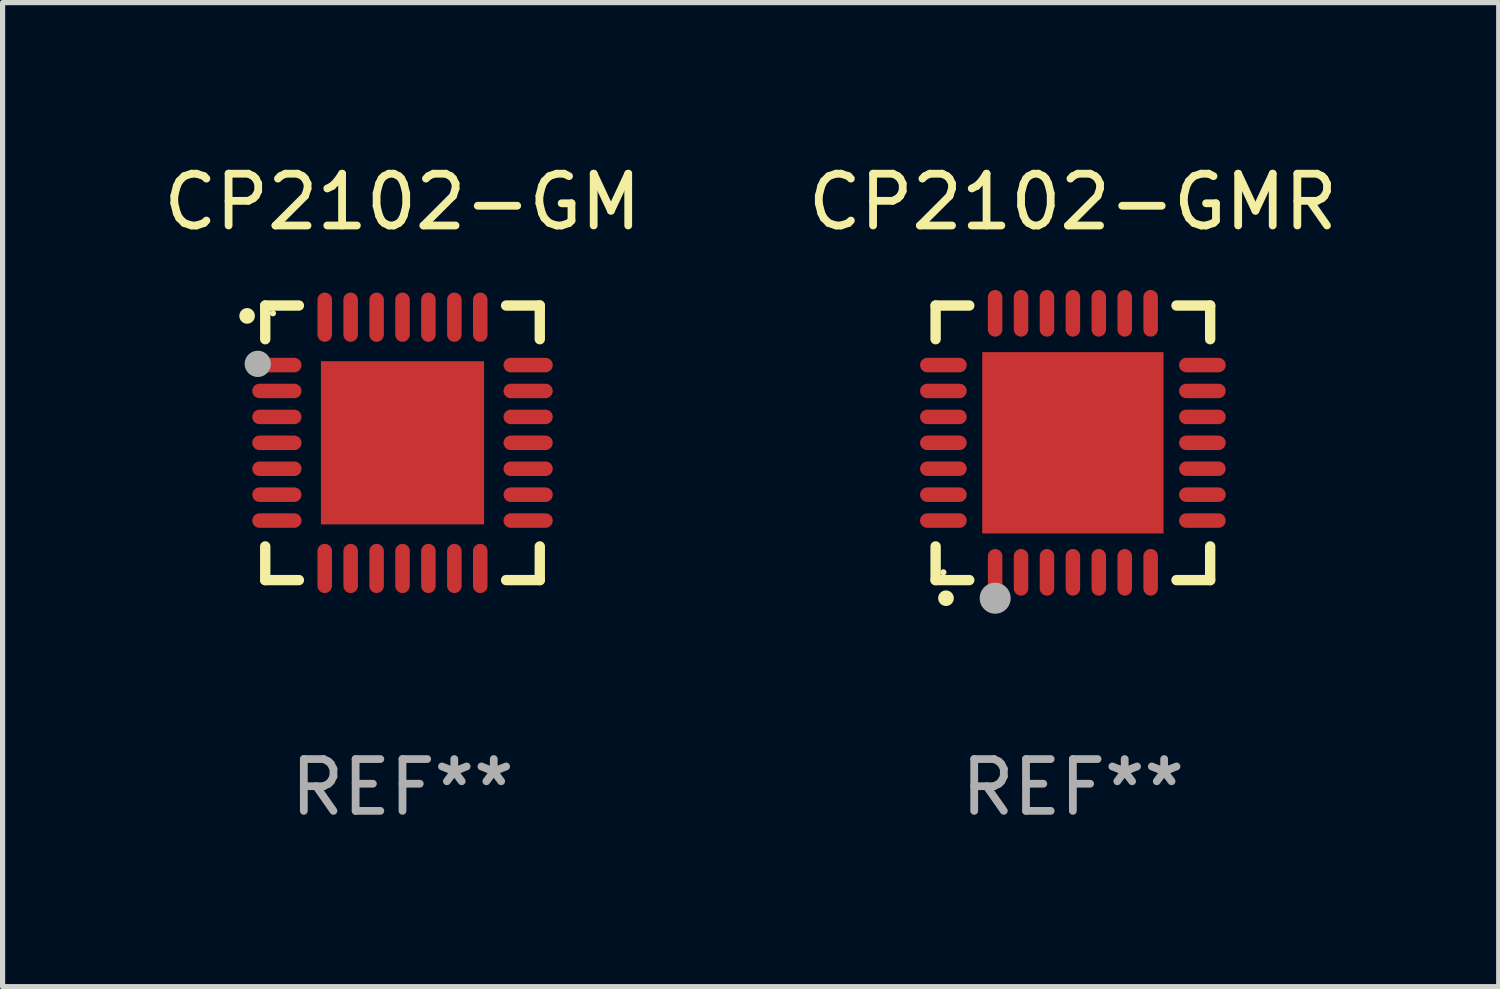
<source format=kicad_pcb>
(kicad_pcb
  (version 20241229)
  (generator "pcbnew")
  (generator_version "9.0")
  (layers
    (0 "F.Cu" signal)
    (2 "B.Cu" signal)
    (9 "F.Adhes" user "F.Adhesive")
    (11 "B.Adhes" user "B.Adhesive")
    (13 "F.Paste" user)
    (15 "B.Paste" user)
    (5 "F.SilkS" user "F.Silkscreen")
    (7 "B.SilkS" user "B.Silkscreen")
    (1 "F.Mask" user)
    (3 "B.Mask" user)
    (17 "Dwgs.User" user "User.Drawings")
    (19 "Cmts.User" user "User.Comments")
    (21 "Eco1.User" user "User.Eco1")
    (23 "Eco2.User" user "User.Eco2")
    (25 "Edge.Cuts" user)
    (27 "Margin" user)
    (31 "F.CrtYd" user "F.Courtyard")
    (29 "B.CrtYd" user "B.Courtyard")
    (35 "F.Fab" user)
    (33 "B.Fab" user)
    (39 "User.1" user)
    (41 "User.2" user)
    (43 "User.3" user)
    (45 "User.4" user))
  (footprint "CP2102-GMR"
    (layer "F.Cu")
    (at 17.661 5.498)
    (property "Reference" "CP2102-GMR" (at 0 -4.65 0) (layer "F.SilkS") (effects (font (size 1 1) (thickness 0.15))))
    (attr through_hole)
    (fp_line (start -2.65 -2.65) (end -2.65 -2) (stroke (width 0.2) (type solid)) (layer "F.SilkS"))
    (fp_line (start -2.65 2.65) (end -2.65 2) (stroke (width 0.2) (type solid)) (layer "F.SilkS"))
    (fp_line (start -2 -2.65) (end -2.65 -2.65) (stroke (width 0.2) (type solid)) (layer "F.SilkS"))
    (fp_line (start -2 2.65) (end -2.65 2.65) (stroke (width 0.2) (type solid)) (layer "F.SilkS"))
    (fp_line (start 2 2.65) (end 2.65 2.65) (stroke (width 0.2) (type solid)) (layer "F.SilkS"))
    (fp_line (start 2.65 -2.65) (end 2 -2.65) (stroke (width 0.2) (type solid)) (layer "F.SilkS"))
    (fp_line (start 2.65 -2) (end 2.65 -2.65) (stroke (width 0.2) (type solid)) (layer "F.SilkS"))
    (fp_line (start 2.65 2.65) (end 2.65 2) (stroke (width 0.2) (type solid)) (layer "F.SilkS"))
    (fp_arc (start -2.451105 2.999746) (mid -2.449835 2.999741) (end -2.448565 2.999746) (stroke (width 0.3) (type solid)) (layer "F.SilkS"))
    (fp_circle (center -2.5 2.5) (end -2.47 2.5) (stroke (width 0.06) (type solid)) (fill no) (layer "F.SilkS"))
    (fp_circle (center -1.5 3) (end -1.35 3) (stroke (width 0.3) (type solid)) (fill no) (layer "F.Fab"))
    (fp_text user "REF**" (at 0 6.65 0) (layer "F.Fab") (effects (font (size 1 1) (thickness 0.15))))
    (pad "1" smd oval (at -1.501 2.5 180) (size 0.28 0.9) (layers "F.Cu" "F.Mask" "F.Paste"))
    (pad "2" smd oval (at -1.001 2.5 180) (size 0.28 0.9) (layers "F.Cu" "F.Mask" "F.Paste"))
    (pad "3" smd oval (at -0.5 2.5 180) (size 0.28 0.9) (layers "F.Cu" "F.Mask" "F.Paste"))
    (pad "4" smd oval (at 0.000076 2.5 180) (size 0.28 0.9) (layers "F.Cu" "F.Mask" "F.Paste"))
    (pad "5" smd oval (at 0.5 2.5 180) (size 0.28 0.9) (layers "F.Cu" "F.Mask" "F.Paste"))
    (pad "6" smd oval (at 1.001 2.5 180) (size 0.28 0.9) (layers "F.Cu" "F.Mask" "F.Paste"))
    (pad "7" smd oval (at 1.501 2.5 180) (size 0.28 0.9) (layers "F.Cu" "F.Mask" "F.Paste"))
    (pad "8" smd oval (at 2.5 1.501 90) (size 0.28 0.9) (layers "F.Cu" "F.Mask" "F.Paste"))
    (pad "9" smd oval (at 2.5 1.001 90) (size 0.28 0.9) (layers "F.Cu" "F.Mask" "F.Paste"))
    (pad "10" smd oval (at 2.5 0.5 90) (size 0.28 0.9) (layers "F.Cu" "F.Mask" "F.Paste"))
    (pad "11" smd oval (at 2.5 0.000076 90) (size 0.28 0.9) (layers "F.Cu" "F.Mask" "F.Paste"))
    (pad "12" smd oval (at 2.5 -0.5 90) (size 0.28 0.9) (layers "F.Cu" "F.Mask" "F.Paste"))
    (pad "13" smd oval (at 2.5 -1.001 90) (size 0.28 0.9) (layers "F.Cu" "F.Mask" "F.Paste"))
    (pad "14" smd oval (at 2.5 -1.501 90) (size 0.28 0.9) (layers "F.Cu" "F.Mask" "F.Paste"))
    (pad "15" smd oval (at 1.501 -2.5 180) (size 0.28 0.9) (layers "F.Cu" "F.Mask" "F.Paste"))
    (pad "16" smd oval (at 1.001 -2.5 180) (size 0.28 0.9) (layers "F.Cu" "F.Mask" "F.Paste"))
    (pad "17" smd oval (at 0.5 -2.5 180) (size 0.28 0.9) (layers "F.Cu" "F.Mask" "F.Paste"))
    (pad "18" smd oval (at 0.000076 -2.5 180) (size 0.28 0.9) (layers "F.Cu" "F.Mask" "F.Paste"))
    (pad "19" smd oval (at -0.5 -2.5 180) (size 0.28 0.9) (layers "F.Cu" "F.Mask" "F.Paste"))
    (pad "20" smd oval (at -1.001 -2.5 180) (size 0.28 0.9) (layers "F.Cu" "F.Mask" "F.Paste"))
    (pad "21" smd oval (at -1.501 -2.5 180) (size 0.28 0.9) (layers "F.Cu" "F.Mask" "F.Paste"))
    (pad "22" smd oval (at -2.5 -1.501 90) (size 0.28 0.9) (layers "F.Cu" "F.Mask" "F.Paste"))
    (pad "23" smd oval (at -2.5 -1.001 90) (size 0.28 0.9) (layers "F.Cu" "F.Mask" "F.Paste"))
    (pad "24" smd oval (at -2.5 -0.5 90) (size 0.28 0.9) (layers "F.Cu" "F.Mask" "F.Paste"))
    (pad "25" smd oval (at -2.5 0.000076 90) (size 0.28 0.9) (layers "F.Cu" "F.Mask" "F.Paste"))
    (pad "26" smd oval (at -2.5 0.5 90) (size 0.28 0.9) (layers "F.Cu" "F.Mask" "F.Paste"))
    (pad "27" smd oval (at -2.5 1.001 90) (size 0.28 0.9) (layers "F.Cu" "F.Mask" "F.Paste"))
    (pad "28" smd oval (at -2.5 1.501 90) (size 0.28 0.9) (layers "F.Cu" "F.Mask" "F.Paste"))
    (pad "29" smd rect (at 0.000076 0.000076 90) (size 3.5 3.5) (layers "F.Cu" "F.Mask" "F.Paste")))
  (footprint "CP2102-GM"
    (layer "F.Cu")
    (at 4.72 5.498)
    (property "Reference" "CP2102-GM" (at 0 -4.65 0) (layer "F.SilkS") (effects (font (size 1 1) (thickness 0.15))))
    (attr through_hole)
    (fp_line (start -2.65 -2.65) (end -2 -2.65) (stroke (width 0.2) (type solid)) (layer "F.SilkS"))
    (fp_line (start -2.65 -2) (end -2.65 -2.65) (stroke (width 0.2) (type solid)) (layer "F.SilkS"))
    (fp_line (start -2.65 2) (end -2.65 2.65) (stroke (width 0.2) (type solid)) (layer "F.SilkS"))
    (fp_line (start -2.65 2.65) (end -2 2.65) (stroke (width 0.2) (type solid)) (layer "F.SilkS"))
    (fp_line (start 2 2.65) (end 2.65 2.65) (stroke (width 0.2) (type solid)) (layer "F.SilkS"))
    (fp_line (start 2.65 -2.65) (end 2 -2.65) (stroke (width 0.2) (type solid)) (layer "F.SilkS"))
    (fp_line (start 2.65 -2) (end 2.65 -2.65) (stroke (width 0.2) (type solid)) (layer "F.SilkS"))
    (fp_line (start 2.65 2.65) (end 2.65 2) (stroke (width 0.2) (type solid)) (layer "F.SilkS"))
    (fp_arc (start -2.999746 -2.448565) (mid -2.999751 -2.449835) (end -2.999746 -2.451105) (stroke (width 0.3) (type solid)) (layer "F.SilkS"))
    (fp_circle (center -2.501 -2.501) (end -2.471 -2.501) (stroke (width 0.06) (type solid)) (fill no) (layer "F.SilkS"))
    (fp_circle (center -2.794 -1.524) (end -2.667 -1.524) (stroke (width 0.254) (type solid)) (fill no) (layer "F.Fab"))
    (fp_text user "REF**" (at 0 6.65 0) (layer "F.Fab") (effects (font (size 1 1) (thickness 0.15))))
    (pad "1" smd oval (at -2.425 -1.501) (size 0.95 0.28) (layers "F.Cu" "F.Mask" "F.Paste"))
    (pad "2" smd oval (at -2.425 -1.001) (size 0.95 0.28) (layers "F.Cu" "F.Mask" "F.Paste"))
    (pad "3" smd oval (at -2.425 -0.5) (size 0.95 0.28) (layers "F.Cu" "F.Mask" "F.Paste"))
    (pad "4" smd oval (at -2.425 0.000127) (size 0.95 0.28) (layers "F.Cu" "F.Mask" "F.Paste"))
    (pad "5" smd oval (at -2.425 0.501) (size 0.95 0.28) (layers "F.Cu" "F.Mask" "F.Paste"))
    (pad "6" smd oval (at -2.425 1.001) (size 0.95 0.28) (layers "F.Cu" "F.Mask" "F.Paste"))
    (pad "7" smd oval (at -2.425 1.501) (size 0.95 0.28) (layers "F.Cu" "F.Mask" "F.Paste"))
    (pad "8" smd oval (at -1.501 2.425) (size 0.28 0.95) (layers "F.Cu" "F.Mask" "F.Paste"))
    (pad "9" smd oval (at -1.001 2.425) (size 0.28 0.95) (layers "F.Cu" "F.Mask" "F.Paste"))
    (pad "10" smd oval (at -0.5 2.425) (size 0.28 0.95) (layers "F.Cu" "F.Mask" "F.Paste"))
    (pad "11" smd oval (at 0.000025 2.425) (size 0.28 0.95) (layers "F.Cu" "F.Mask" "F.Paste"))
    (pad "12" smd oval (at 0.5 2.425) (size 0.28 0.95) (layers "F.Cu" "F.Mask" "F.Paste"))
    (pad "13" smd oval (at 1.001 2.425) (size 0.28 0.95) (layers "F.Cu" "F.Mask" "F.Paste"))
    (pad "14" smd oval (at 1.501 2.425) (size 0.28 0.95) (layers "F.Cu" "F.Mask" "F.Paste"))
    (pad "15" smd oval (at 2.425 1.501) (size 0.95 0.28) (layers "F.Cu" "F.Mask" "F.Paste"))
    (pad "16" smd oval (at 2.425 1.001) (size 0.95 0.28) (layers "F.Cu" "F.Mask" "F.Paste"))
    (pad "17" smd oval (at 2.425 0.501) (size 0.95 0.28) (layers "F.Cu" "F.Mask" "F.Paste"))
    (pad "18" smd oval (at 2.425 0.000127) (size 0.95 0.28) (layers "F.Cu" "F.Mask" "F.Paste"))
    (pad "19" smd oval (at 2.425 -0.5) (size 0.95 0.28) (layers "F.Cu" "F.Mask" "F.Paste"))
    (pad "20" smd oval (at 2.425 -1.001) (size 0.95 0.28) (layers "F.Cu" "F.Mask" "F.Paste"))
    (pad "21" smd oval (at 2.425 -1.501) (size 0.95 0.28) (layers "F.Cu" "F.Mask" "F.Paste"))
    (pad "22" smd oval (at 1.501 -2.425) (size 0.28 0.95) (layers "F.Cu" "F.Mask" "F.Paste"))
    (pad "23" smd oval (at 1.001 -2.425) (size 0.28 0.95) (layers "F.Cu" "F.Mask" "F.Paste"))
    (pad "24" smd oval (at 0.5 -2.425) (size 0.28 0.95) (layers "F.Cu" "F.Mask" "F.Paste"))
    (pad "25" smd oval (at 0.000025 -2.425) (size 0.28 0.95) (layers "F.Cu" "F.Mask" "F.Paste"))
    (pad "26" smd oval (at -0.5 -2.425) (size 0.28 0.95) (layers "F.Cu" "F.Mask" "F.Paste"))
    (pad "27" smd oval (at -1.001 -2.425) (size 0.28 0.95) (layers "F.Cu" "F.Mask" "F.Paste"))
    (pad "28" smd oval (at -1.501 -2.425) (size 0.28 0.95) (layers "F.Cu" "F.Mask" "F.Paste"))
    (pad "29" smd rect (at 0.000025 0.000127) (size 3.15 3.15) (layers "F.Cu" "F.Mask" "F.Paste")))
  (gr_rect
    (start -3 -3)
    (end 25.881 15.996)
    (stroke (width 0.1) (type default))
    (fill no)
    (layer "Edge.Cuts")))
</source>
